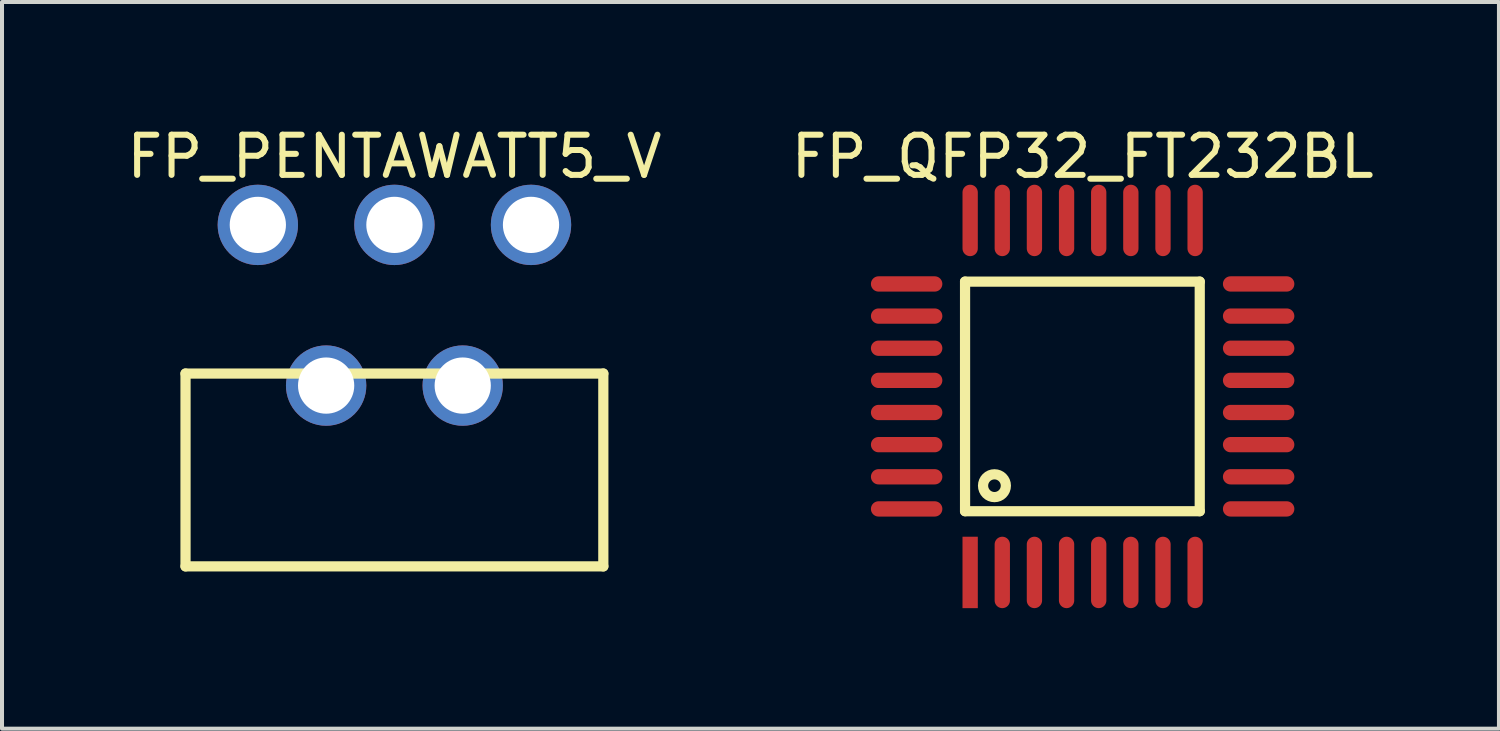
<source format=kicad_pcb>
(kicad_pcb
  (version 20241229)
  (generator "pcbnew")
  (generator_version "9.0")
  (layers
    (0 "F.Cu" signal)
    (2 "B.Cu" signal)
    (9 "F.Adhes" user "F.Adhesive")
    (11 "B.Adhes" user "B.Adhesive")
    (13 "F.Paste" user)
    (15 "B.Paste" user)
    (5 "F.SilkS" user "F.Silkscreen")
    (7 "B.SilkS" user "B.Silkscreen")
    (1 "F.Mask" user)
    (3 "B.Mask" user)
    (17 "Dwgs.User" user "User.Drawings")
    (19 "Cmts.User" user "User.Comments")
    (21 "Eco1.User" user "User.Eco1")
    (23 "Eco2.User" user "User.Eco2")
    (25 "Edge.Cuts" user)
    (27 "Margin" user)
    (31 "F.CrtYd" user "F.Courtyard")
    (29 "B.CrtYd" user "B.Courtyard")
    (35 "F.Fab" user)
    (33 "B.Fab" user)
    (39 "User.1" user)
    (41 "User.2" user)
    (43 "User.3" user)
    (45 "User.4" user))
  (footprint "FP_PENTAWATT5_V"
    (layer "F.Cu")
    (at 6.768 2.548)
    (property "Reference" "FP_PENTAWATT5_V" (at 0 -1.7 0) (layer "F.SilkS") (effects (font (size 1 1) (thickness 0.15))))
    (fp_line (start -5.2 3.7) (end 5.2 3.7) (stroke (width 0.254) (type solid)) (layer "F.SilkS"))
    (fp_line (start -5.2 8.5) (end -5.2 3.7) (stroke (width 0.254) (type solid)) (layer "F.SilkS"))
    (fp_line (start -5.2 8.5) (end 5.2 8.5) (stroke (width 0.254) (type solid)) (layer "F.SilkS"))
    (fp_line (start 5.2 8.5) (end 5.2 3.7) (stroke (width 0.254) (type solid)) (layer "F.SilkS"))
    (pad "1" thru_hole circle (at 3.4 0 270) (size 2 2) (drill 1.4) (layers "*.Cu" "*.Mask"))
    (pad "2" thru_hole circle (at 1.7 4 270) (size 2 2) (drill 1.4) (layers "*.Cu" "*.Mask"))
    (pad "3" thru_hole circle (at 0 0 270) (size 2 2) (drill 1.4) (layers "*.Cu" "*.Mask"))
    (pad "4" thru_hole circle (at -1.7 4 270) (size 2 2) (drill 1.4) (layers "*.Cu" "*.Mask"))
    (pad "5" thru_hole circle (at -3.4 0 270) (size 2 2) (drill 1.4) (layers "*.Cu" "*.Mask")))
  (footprint "FP_QFP32_FT232BL"
    (layer "F.Cu")
    (at 21.099 10.818)
    (property "Reference" "FP_QFP32_FT232BL" (at 2.8 -9.97 0) (layer "F.SilkS") (effects (font (size 1 1) (thickness 0.15))))
    (fp_line (start -0.127 -6.858) (end 5.715 -6.858) (stroke (width 0.254) (type solid)) (layer "F.SilkS"))
    (fp_line (start -0.127 -1.143) (end -0.127 -6.858) (stroke (width 0.254) (type solid)) (layer "F.SilkS"))
    (fp_line (start -0.127 -1.143) (end 5.715 -1.143) (stroke (width 0.254) (type solid)) (layer "F.SilkS"))
    (fp_line (start 5.715 -1.143) (end 5.715 -6.858) (stroke (width 0.254) (type solid)) (layer "F.SilkS"))
    (fp_circle (center 0.605 -1.778) (end 0.605 -2.062) (stroke (width 0.254) (type solid)) (fill no) (layer "F.SilkS"))
    (pad "1" smd rect (at 0 0.381) (size 0.381 1.778) (layers "F.Cu" "F.Mask" "F.Paste"))
    (pad "2" smd oval (at 0.8 0.381) (size 0.381 1.778) (layers "F.Cu" "F.Mask" "F.Paste"))
    (pad "3" smd oval (at 1.6 0.381) (size 0.381 1.778) (layers "F.Cu" "F.Mask" "F.Paste"))
    (pad "4" smd oval (at 2.4 0.381) (size 0.381 1.778) (layers "F.Cu" "F.Mask" "F.Paste"))
    (pad "5" smd oval (at 3.2 0.381) (size 0.381 1.778) (layers "F.Cu" "F.Mask" "F.Paste"))
    (pad "6" smd oval (at 4 0.381) (size 0.381 1.778) (layers "F.Cu" "F.Mask" "F.Paste"))
    (pad "7" smd oval (at 4.8 0.381) (size 0.381 1.778) (layers "F.Cu" "F.Mask" "F.Paste"))
    (pad "8" smd oval (at 5.6 0.381) (size 0.381 1.778) (layers "F.Cu" "F.Mask" "F.Paste"))
    (pad "9" smd oval (at 7.181 -1.2 90) (size 0.381 1.778) (layers "F.Cu" "F.Mask" "F.Paste"))
    (pad "10" smd oval (at 7.181 -2 90) (size 0.381 1.778) (layers "F.Cu" "F.Mask" "F.Paste"))
    (pad "11" smd oval (at 7.181 -2.8 90) (size 0.381 1.778) (layers "F.Cu" "F.Mask" "F.Paste"))
    (pad "12" smd oval (at 7.181 -3.6 90) (size 0.381 1.778) (layers "F.Cu" "F.Mask" "F.Paste"))
    (pad "13" smd oval (at 7.181 -4.4 90) (size 0.381 1.778) (layers "F.Cu" "F.Mask" "F.Paste"))
    (pad "14" smd oval (at 7.181 -5.2 90) (size 0.381 1.778) (layers "F.Cu" "F.Mask" "F.Paste"))
    (pad "15" smd oval (at 7.181 -6 90) (size 0.381 1.778) (layers "F.Cu" "F.Mask" "F.Paste"))
    (pad "16" smd oval (at 7.181 -6.8 90) (size 0.381 1.778) (layers "F.Cu" "F.Mask" "F.Paste"))
    (pad "17" smd oval (at 5.6 -8.381 180) (size 0.381 1.778) (layers "F.Cu" "F.Mask" "F.Paste"))
    (pad "18" smd oval (at 4.8 -8.381 180) (size 0.381 1.778) (layers "F.Cu" "F.Mask" "F.Paste"))
    (pad "19" smd oval (at 4 -8.381 180) (size 0.381 1.778) (layers "F.Cu" "F.Mask" "F.Paste"))
    (pad "20" smd oval (at 3.2 -8.381 180) (size 0.381 1.778) (layers "F.Cu" "F.Mask" "F.Paste"))
    (pad "21" smd oval (at 2.4 -8.381 180) (size 0.381 1.778) (layers "F.Cu" "F.Mask" "F.Paste"))
    (pad "22" smd oval (at 1.6 -8.381 180) (size 0.381 1.778) (layers "F.Cu" "F.Mask" "F.Paste"))
    (pad "23" smd oval (at 0.8 -8.381 180) (size 0.381 1.778) (layers "F.Cu" "F.Mask" "F.Paste"))
    (pad "24" smd oval (at 0 -8.381 180) (size 0.381 1.778) (layers "F.Cu" "F.Mask" "F.Paste"))
    (pad "25" smd oval (at -1.581 -6.8 270) (size 0.381 1.778) (layers "F.Cu" "F.Mask" "F.Paste"))
    (pad "26" smd oval (at -1.581 -6 270) (size 0.381 1.778) (layers "F.Cu" "F.Mask" "F.Paste"))
    (pad "27" smd oval (at -1.581 -5.2 270) (size 0.381 1.778) (layers "F.Cu" "F.Mask" "F.Paste"))
    (pad "28" smd oval (at -1.581 -4.4 270) (size 0.381 1.778) (layers "F.Cu" "F.Mask" "F.Paste"))
    (pad "29" smd oval (at -1.581 -3.6 270) (size 0.381 1.778) (layers "F.Cu" "F.Mask" "F.Paste"))
    (pad "30" smd oval (at -1.581 -2.8 90) (size 0.381 1.778) (layers "F.Cu" "F.Mask" "F.Paste"))
    (pad "31" smd oval (at -1.581 -2 270) (size 0.381 1.778) (layers "F.Cu" "F.Mask" "F.Paste"))
    (pad "32" smd oval (at -1.581 -1.2 270) (size 0.381 1.778) (layers "F.Cu" "F.Mask" "F.Paste")))
  (gr_rect
    (start -3 -3)
    (end 34.262 15.088)
    (stroke (width 0.1) (type default))
    (fill no)
    (layer "Edge.Cuts")))
</source>
